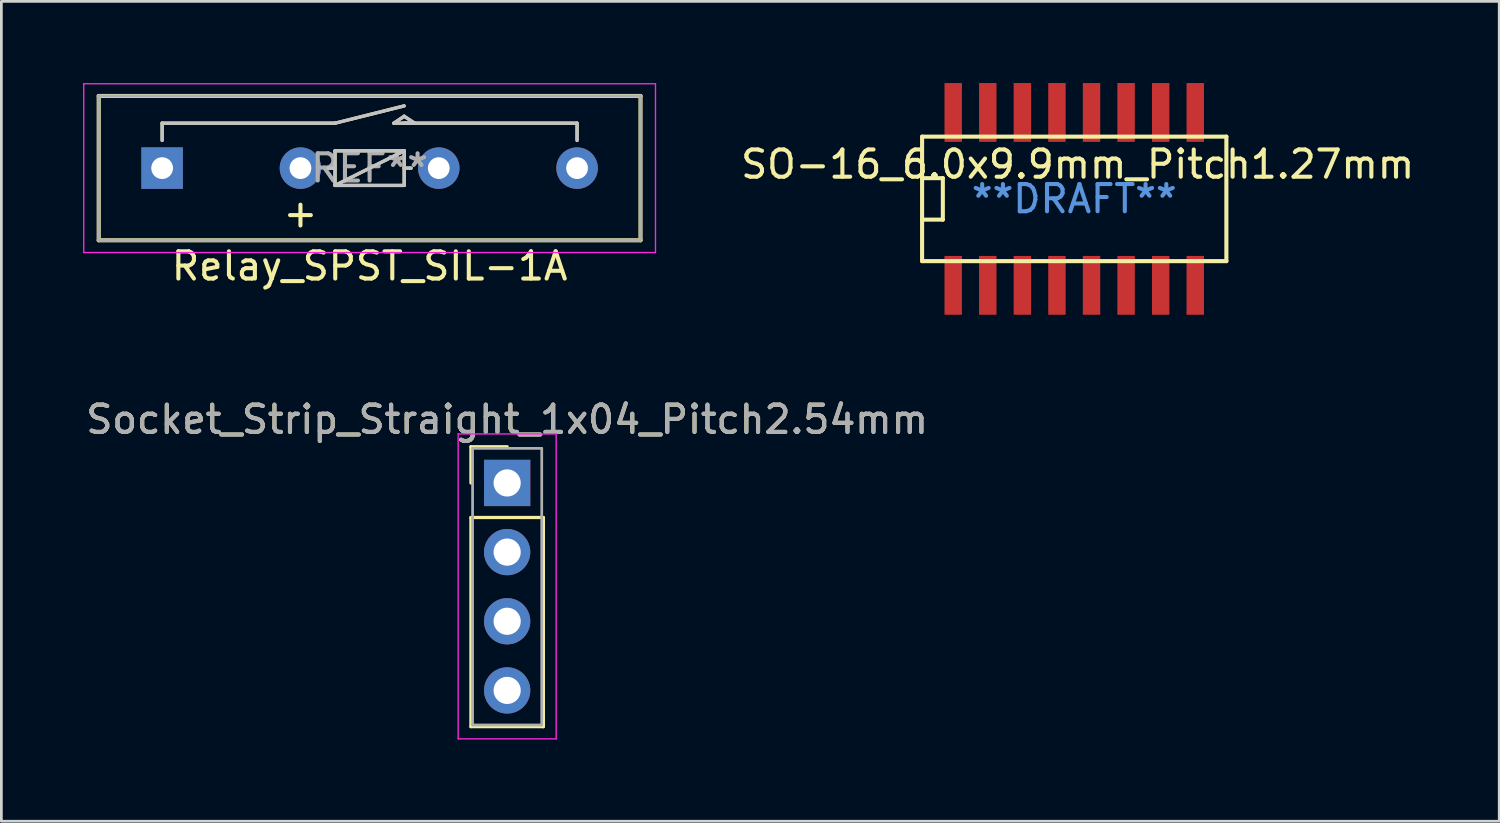
<source format=kicad_pcb>
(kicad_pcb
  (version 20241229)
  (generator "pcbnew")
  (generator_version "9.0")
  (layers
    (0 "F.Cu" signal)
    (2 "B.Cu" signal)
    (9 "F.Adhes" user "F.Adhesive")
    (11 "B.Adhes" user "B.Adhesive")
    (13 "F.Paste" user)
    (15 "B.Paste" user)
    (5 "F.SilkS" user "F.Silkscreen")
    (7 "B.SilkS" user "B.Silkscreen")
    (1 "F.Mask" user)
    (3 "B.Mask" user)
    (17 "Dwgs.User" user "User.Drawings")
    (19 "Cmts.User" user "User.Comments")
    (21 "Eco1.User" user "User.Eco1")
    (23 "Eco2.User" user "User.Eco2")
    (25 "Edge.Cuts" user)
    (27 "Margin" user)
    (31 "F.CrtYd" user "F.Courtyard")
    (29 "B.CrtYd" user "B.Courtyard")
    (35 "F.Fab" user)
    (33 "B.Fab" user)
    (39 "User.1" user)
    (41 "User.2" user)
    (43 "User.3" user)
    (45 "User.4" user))
  (footprint "Relay_SPST_SIL-1A"
    (layer "F.Cu")
    (at 10.525 3.125)
    (property "Reference" "Relay_SPST_SIL-1A" (at 0 3.6 0) (layer "F.SilkS") (effects (font (size 1 1) (thickness 0.15))))
    (attr through_hole)
    (fp_line (start -9.95 -2.65) (end -9.95 2.65) (stroke (width 0.15) (type solid)) (layer "F.SilkS"))
    (fp_line (start -9.95 -2.65) (end 9.95 -2.65) (stroke (width 0.15) (type solid)) (layer "F.SilkS"))
    (fp_line (start -9.95 2.65) (end 9.95 2.65) (stroke (width 0.15) (type solid)) (layer "F.SilkS"))
    (fp_line (start -7.62 -1.651) (end -1.27 -1.651) (stroke (width 0.12) (type solid)) (layer "F.SilkS"))
    (fp_line (start -7.62 -1.016) (end -7.62 -1.651) (stroke (width 0.12) (type solid)) (layer "F.SilkS"))
    (fp_line (start -1.27 -1.651) (end 1.27 -2.286) (stroke (width 0.12) (type solid)) (layer "F.SilkS"))
    (fp_line (start -1.27 -0.635) (end 1.27 -0.635) (stroke (width 0.12) (type solid)) (layer "F.SilkS"))
    (fp_line (start -1.27 0) (end -1.524 0) (stroke (width 0.12) (type solid)) (layer "F.SilkS"))
    (fp_line (start -1.27 0.635) (end -1.27 -0.635) (stroke (width 0.12) (type solid)) (layer "F.SilkS"))
    (fp_line (start -1.27 0.635) (end 1.27 -0.635) (stroke (width 0.12) (type solid)) (layer "F.SilkS"))
    (fp_line (start 0.889 -1.651) (end 1.27 -1.905) (stroke (width 0.12) (type solid)) (layer "F.SilkS"))
    (fp_line (start 1.27 -1.905) (end 1.651 -1.651) (stroke (width 0.12) (type solid)) (layer "F.SilkS"))
    (fp_line (start 1.27 -1.651) (end 7.62 -1.651) (stroke (width 0.12) (type solid)) (layer "F.SilkS"))
    (fp_line (start 1.27 -0.635) (end 1.27 0.635) (stroke (width 0.12) (type solid)) (layer "F.SilkS"))
    (fp_line (start 1.27 0) (end 1.524 0) (stroke (width 0.12) (type solid)) (layer "F.SilkS"))
    (fp_line (start 1.27 0.635) (end -1.27 0.635) (stroke (width 0.12) (type solid)) (layer "F.SilkS"))
    (fp_line (start 1.651 -1.651) (end 0.889 -1.651) (stroke (width 0.12) (type solid)) (layer "F.SilkS"))
    (fp_line (start 7.62 -1.651) (end 7.62 -1.016) (stroke (width 0.12) (type solid)) (layer "F.SilkS"))
    (fp_line (start 9.95 -2.65) (end 9.95 2.65) (stroke (width 0.15) (type solid)) (layer "F.SilkS"))
    (fp_line (start -7.62 -1.651) (end -1.27 -1.651) (stroke (width 0.12) (type solid)) (layer "Dwgs.User"))
    (fp_line (start -7.62 -1.016) (end -7.62 -1.651) (stroke (width 0.12) (type solid)) (layer "Dwgs.User"))
    (fp_line (start -1.27 -1.651) (end 1.27 -2.286) (stroke (width 0.12) (type solid)) (layer "Dwgs.User"))
    (fp_line (start -1.27 -0.635) (end -1.27 0.635) (stroke (width 0.12) (type solid)) (layer "Dwgs.User"))
    (fp_line (start -1.27 -0.635) (end 1.27 -0.635) (stroke (width 0.12) (type solid)) (layer "Dwgs.User"))
    (fp_line (start -1.27 0) (end -1.524 0) (stroke (width 0.12) (type solid)) (layer "Dwgs.User"))
    (fp_line (start -1.27 0.635) (end 1.27 -0.635) (stroke (width 0.12) (type solid)) (layer "Dwgs.User"))
    (fp_line (start 0.889 -1.651) (end 1.27 -1.905) (stroke (width 0.12) (type solid)) (layer "Dwgs.User"))
    (fp_line (start 1.27 -1.905) (end 1.651 -1.651) (stroke (width 0.12) (type solid)) (layer "Dwgs.User"))
    (fp_line (start 1.27 -1.651) (end 7.62 -1.651) (stroke (width 0.12) (type solid)) (layer "Dwgs.User"))
    (fp_line (start 1.27 -0.635) (end 1.27 0.635) (stroke (width 0.12) (type solid)) (layer "Dwgs.User"))
    (fp_line (start 1.27 0) (end 1.524 0) (stroke (width 0.12) (type solid)) (layer "Dwgs.User"))
    (fp_line (start 1.27 0.635) (end -1.27 0.635) (stroke (width 0.12) (type solid)) (layer "Dwgs.User"))
    (fp_line (start 1.651 -1.651) (end 0.889 -1.651) (stroke (width 0.12) (type solid)) (layer "Dwgs.User"))
    (fp_line (start 7.62 -1.651) (end 7.62 -1.016) (stroke (width 0.12) (type solid)) (layer "Dwgs.User"))
    (fp_line (start -10.5 -3.1) (end -10.5 3.1) (stroke (width 0.05) (type solid)) (layer "F.CrtYd"))
    (fp_line (start -10.5 -3.1) (end 10.5 -3.1) (stroke (width 0.05) (type solid)) (layer "F.CrtYd"))
    (fp_line (start -10.5 3.1) (end 10.5 3.1) (stroke (width 0.05) (type solid)) (layer "F.CrtYd"))
    (fp_line (start 10.5 -3.1) (end 10.5 3.1) (stroke (width 0.05) (type solid)) (layer "F.CrtYd"))
    (fp_line (start -9.95 -2.65) (end -9.95 2.65) (stroke (width 0.12) (type solid)) (layer "F.Fab"))
    (fp_line (start -9.95 2.65) (end 9.95 2.65) (stroke (width 0.12) (type solid)) (layer "F.Fab"))
    (fp_line (start 9.95 -2.65) (end -9.95 -2.65) (stroke (width 0.12) (type solid)) (layer "F.Fab"))
    (fp_line (start 9.95 2.65) (end 9.95 -2.65) (stroke (width 0.12) (type solid)) (layer "F.Fab"))
    (fp_text user "+" (at -2.54 1.651 0) (layer "F.SilkS") (effects (font (size 1 1) (thickness 0.15))))
    (fp_text user "REF**" (at 0 0 0) (layer "F.Fab") (effects (font (size 1 1) (thickness 0.15))))
    (pad "1" thru_hole rect (at -7.62 0) (size 1.524 1.524) (drill 0.8) (layers "*.Cu" "*.Mask"))
    (pad "3" thru_hole circle (at -2.54 0) (size 1.524 1.524) (drill 0.8) (layers "*.Cu" "*.Mask"))
    (pad "5" thru_hole circle (at 2.54 0) (size 1.524 1.524) (drill 0.8) (layers "*.Cu" "*.Mask"))
    (pad "7" thru_hole circle (at 7.62 0) (size 1.524 1.524) (drill 0.8) (layers "*.Cu" "*.Mask")))
  (footprint "SO-16_6.0x9.9mm_Pitch1.27mm"
    (layer "F.Cu")
    (at 36.405 4.255)
    (property "Reference" "SO-16_6.0x9.9mm_Pitch1.27mm" (at 0.127 -1.27 0) (layer "F.SilkS") (effects (font (size 1 1) (thickness 0.15))))
    (attr smd)
    (fp_line (start -5.588 -2.286) (end 5.588 -2.286) (stroke (width 0.15) (type solid)) (layer "F.SilkS"))
    (fp_line (start -5.588 -0.762) (end -4.826 -0.762) (stroke (width 0.15) (type solid)) (layer "F.SilkS"))
    (fp_line (start -5.588 2.286) (end -5.588 -2.286) (stroke (width 0.15) (type solid)) (layer "F.SilkS"))
    (fp_line (start -4.826 -0.762) (end -4.826 0.762) (stroke (width 0.15) (type solid)) (layer "F.SilkS"))
    (fp_line (start -4.826 0.762) (end -5.588 0.762) (stroke (width 0.15) (type solid)) (layer "F.SilkS"))
    (fp_line (start 5.588 -2.286) (end 5.588 2.286) (stroke (width 0.15) (type solid)) (layer "F.SilkS"))
    (fp_line (start 5.588 2.286) (end -5.588 2.286) (stroke (width 0.15) (type solid)) (layer "F.SilkS"))
    (fp_text user "**DRAFT**" (at 0 0 0) (layer "Cmts.User") (effects (font (size 1 1) (thickness 0.15))))
    (pad "1" smd rect (at -4.445 3.175) (size 0.64 2.16) (layers "F.Cu" "F.Mask" "F.Paste"))
    (pad "2" smd rect (at -3.175 3.175) (size 0.64 2.16) (layers "F.Cu" "F.Mask" "F.Paste"))
    (pad "3" smd rect (at -1.905 3.175) (size 0.64 2.16) (layers "F.Cu" "F.Mask" "F.Paste"))
    (pad "4" smd rect (at -0.635 3.175) (size 0.64 2.16) (layers "F.Cu" "F.Mask" "F.Paste"))
    (pad "5" smd rect (at 0.635 3.175) (size 0.64 2.16) (layers "F.Cu" "F.Mask" "F.Paste"))
    (pad "6" smd rect (at 1.905 3.175) (size 0.64 2.16) (layers "F.Cu" "F.Mask" "F.Paste"))
    (pad "7" smd rect (at 3.175 3.175) (size 0.64 2.16) (layers "F.Cu" "F.Mask" "F.Paste"))
    (pad "8" smd rect (at 4.445 3.175) (size 0.64 2.16) (layers "F.Cu" "F.Mask" "F.Paste"))
    (pad "9" smd rect (at 4.445 -3.175) (size 0.64 2.16) (layers "F.Cu" "F.Mask" "F.Paste"))
    (pad "10" smd rect (at 3.175 -3.175) (size 0.64 2.16) (layers "F.Cu" "F.Mask" "F.Paste"))
    (pad "11" smd rect (at 1.905 -3.175) (size 0.64 2.16) (layers "F.Cu" "F.Mask" "F.Paste"))
    (pad "12" smd rect (at 0.635 -3.175) (size 0.64 2.16) (layers "F.Cu" "F.Mask" "F.Paste"))
    (pad "13" smd rect (at -0.635 -3.175) (size 0.64 2.16) (layers "F.Cu" "F.Mask" "F.Paste"))
    (pad "14" smd rect (at -1.905 -3.175) (size 0.64 2.16) (layers "F.Cu" "F.Mask" "F.Paste"))
    (pad "15" smd rect (at -3.175 -3.175) (size 0.64 2.16) (layers "F.Cu" "F.Mask" "F.Paste"))
    (pad "16" smd rect (at -4.445 -3.175) (size 0.64 2.16) (layers "F.Cu" "F.Mask" "F.Paste")))
  (footprint "Socket_Strip_Straight_1x04_Pitch2.54mm"
    (layer "F.Cu")
    (at 15.577 14.688)
    (property "Reference" "Socket_Strip_Straight_1x04_Pitch2.54mm" (at 0 -2.33 0) (layer "F.SilkS") (effects (font (size 1 1) (thickness 0.15))))
    (attr through_hole)
    (fp_line (start -1.33 -1.33) (end 0 -1.33) (stroke (width 0.12) (type solid)) (layer "F.SilkS"))
    (fp_line (start -1.33 0) (end -1.33 -1.33) (stroke (width 0.12) (type solid)) (layer "F.SilkS"))
    (fp_line (start -1.33 1.27) (end -1.33 8.95) (stroke (width 0.12) (type solid)) (layer "F.SilkS"))
    (fp_line (start -1.33 8.95) (end 1.33 8.95) (stroke (width 0.12) (type solid)) (layer "F.SilkS"))
    (fp_line (start 1.33 1.27) (end -1.33 1.27) (stroke (width 0.12) (type solid)) (layer "F.SilkS"))
    (fp_line (start 1.33 8.95) (end 1.33 1.27) (stroke (width 0.12) (type solid)) (layer "F.SilkS"))
    (fp_line (start -1.8 -1.8) (end -1.8 9.4) (stroke (width 0.05) (type solid)) (layer "F.CrtYd"))
    (fp_line (start -1.8 9.4) (end 1.8 9.4) (stroke (width 0.05) (type solid)) (layer "F.CrtYd"))
    (fp_line (start 1.8 -1.8) (end -1.8 -1.8) (stroke (width 0.05) (type solid)) (layer "F.CrtYd"))
    (fp_line (start 1.8 9.4) (end 1.8 -1.8) (stroke (width 0.05) (type solid)) (layer "F.CrtYd"))
    (fp_line (start -1.27 -1.27) (end -1.27 8.89) (stroke (width 0.1) (type solid)) (layer "F.Fab"))
    (fp_line (start -1.27 8.89) (end 1.27 8.89) (stroke (width 0.1) (type solid)) (layer "F.Fab"))
    (fp_line (start 1.27 -1.27) (end -1.27 -1.27) (stroke (width 0.1) (type solid)) (layer "F.Fab"))
    (fp_line (start 1.27 8.89) (end 1.27 -1.27) (stroke (width 0.1) (type solid)) (layer "F.Fab"))
    (fp_text user "${REFERENCE}" (at 0 -2.33 0) (layer "F.Fab") (effects (font (size 1 1) (thickness 0.15))))
    (pad "1" thru_hole rect (at 0 0) (size 1.7 1.7) (drill 1) (layers "*.Cu" "*.Mask"))
    (pad "2" thru_hole oval (at 0 2.54) (size 1.7 1.7) (drill 1) (layers "*.Cu" "*.Mask"))
    (pad "3" thru_hole oval (at 0 5.08) (size 1.7 1.7) (drill 1) (layers "*.Cu" "*.Mask"))
    (pad "4" thru_hole oval (at 0 7.62) (size 1.7 1.7) (drill 1) (layers "*.Cu" "*.Mask")))
  (gr_rect
    (start -3 -3)
    (end 52.014 27.113)
    (stroke (width 0.1) (type default))
    (fill no)
    (layer "Edge.Cuts")))
</source>
